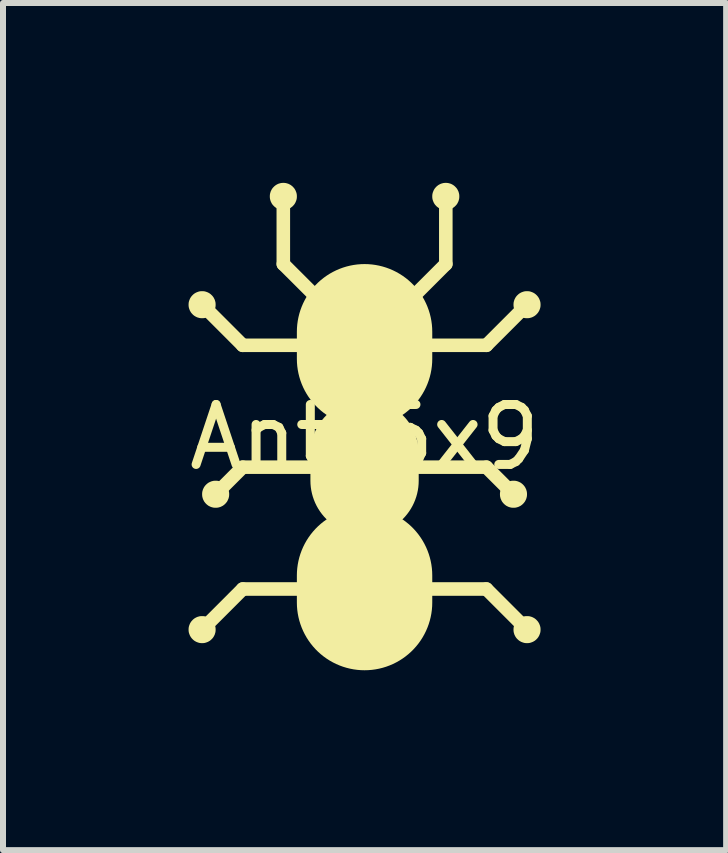
<source format=kicad_pcb>
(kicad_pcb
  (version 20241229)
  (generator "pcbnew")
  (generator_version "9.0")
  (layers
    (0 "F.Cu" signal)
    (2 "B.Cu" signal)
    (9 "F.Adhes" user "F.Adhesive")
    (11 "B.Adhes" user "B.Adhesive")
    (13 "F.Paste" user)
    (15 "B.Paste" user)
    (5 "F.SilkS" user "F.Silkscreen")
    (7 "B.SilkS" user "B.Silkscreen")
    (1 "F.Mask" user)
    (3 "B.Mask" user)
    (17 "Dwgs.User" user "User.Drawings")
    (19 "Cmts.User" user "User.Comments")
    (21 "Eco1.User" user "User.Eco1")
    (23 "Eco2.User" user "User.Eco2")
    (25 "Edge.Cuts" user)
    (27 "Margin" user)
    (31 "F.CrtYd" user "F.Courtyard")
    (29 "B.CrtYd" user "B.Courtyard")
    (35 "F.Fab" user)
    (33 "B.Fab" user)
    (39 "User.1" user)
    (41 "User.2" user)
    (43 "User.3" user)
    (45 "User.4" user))
  (footprint "Ant_6x9"
    (layer "F.Cu")
    (at 3.03 4.741)
    (property "Reference" "Ant_6x9" (at 0 -0.5 0) (unlocked yes) (layer "F.SilkS") (effects (font (size 1 1) (thickness 0.15))))
    (fp_line (start -2.709 -2.709) (end -2.032 -2.032) (stroke (width 0.226) (type solid)) (layer "F.SilkS"))
    (fp_line (start -2.709 2.709) (end -2.032 2.032) (stroke (width 0.226) (type solid)) (layer "F.SilkS"))
    (fp_line (start -2.484 0.452) (end -2.032 0) (stroke (width 0.226) (type solid)) (layer "F.SilkS"))
    (fp_line (start -2.032 -2.032) (end 0 -2.032) (stroke (width 0.226) (type solid)) (layer "F.SilkS"))
    (fp_line (start -2.032 0) (end 0 0) (stroke (width 0.226) (type solid)) (layer "F.SilkS"))
    (fp_line (start -2.032 2.032) (end 2.032 2.032) (stroke (width 0.226) (type solid)) (layer "F.SilkS"))
    (fp_line (start -1.355 -4.516) (end -1.355 -3.387) (stroke (width 0.226) (type solid)) (layer "F.SilkS"))
    (fp_line (start -1.355 -3.387) (end -0.564 -2.596) (stroke (width 0.226) (type solid)) (layer "F.SilkS"))
    (fp_line (start -0.564 -2.596) (end -0.452 -2.484) (stroke (width 0.226) (type solid)) (layer "F.SilkS"))
    (fp_line (start -0.452 -2.484) (end 0 -2.032) (stroke (width 0.226) (type solid)) (layer "F.SilkS"))
    (fp_line (start 0 -1.806) (end 0 -2.258) (stroke (width 2.258) (type solid)) (layer "F.SilkS"))
    (fp_line (start 0 0.226) (end 0 -0.226) (stroke (width 1.806) (type solid)) (layer "F.SilkS"))
    (fp_line (start 0 2.258) (end 0 1.806) (stroke (width 2.258) (type solid)) (layer "F.SilkS"))
    (fp_line (start 0.452 -2.484) (end 0 -2.032) (stroke (width 0.226) (type solid)) (layer "F.SilkS"))
    (fp_line (start 0.564 -2.596) (end 0.452 -2.484) (stroke (width 0.226) (type solid)) (layer "F.SilkS"))
    (fp_line (start 1.355 -4.516) (end 1.355 -3.387) (stroke (width 0.226) (type solid)) (layer "F.SilkS"))
    (fp_line (start 1.355 -3.387) (end 0.564 -2.596) (stroke (width 0.226) (type solid)) (layer "F.SilkS"))
    (fp_line (start 2.032 -2.032) (end 0 -2.032) (stroke (width 0.226) (type solid)) (layer "F.SilkS"))
    (fp_line (start 2.032 0) (end 0 0) (stroke (width 0.226) (type solid)) (layer "F.SilkS"))
    (fp_line (start 2.032 2.032) (end 2.709 2.709) (stroke (width 0.226) (type solid)) (layer "F.SilkS"))
    (fp_line (start 2.484 0.452) (end 2.032 0) (stroke (width 0.226) (type solid)) (layer "F.SilkS"))
    (fp_line (start 2.709 -2.709) (end 2.032 -2.032) (stroke (width 0.226) (type solid)) (layer "F.SilkS"))
    (fp_poly (pts (xy -2.709 -2.935) (xy -2.698 -2.935) (xy -2.686 -2.934) (xy -2.675 -2.933) (xy -2.664 -2.931) (xy -2.653 -2.928) (xy -2.642 -2.925) (xy -2.632 -2.921) (xy -2.621 -2.917) (xy -2.611 -2.913) (xy -2.602 -2.908) (xy -2.592 -2.902) (xy -2.583 -2.897) (xy -2.574 -2.89) (xy -2.566 -2.884) (xy -2.558 -2.876) (xy -2.55 -2.869) (xy -2.542 -2.861) (xy -2.535 -2.853) (xy -2.528 -2.844) (xy -2.522 -2.836) (xy -2.516 -2.826) (xy -2.511 -2.817) (xy -2.506 -2.807) (xy -2.501 -2.797) (xy -2.497 -2.787) (xy -2.494 -2.776) (xy -2.491 -2.766) (xy -2.488 -2.755) (xy -2.486 -2.744) (xy -2.485 -2.732) (xy -2.484 -2.721) (xy -2.484 -2.709) (xy -2.484 -2.698) (xy -2.485 -2.686) (xy -2.486 -2.675) (xy -2.488 -2.664) (xy -2.491 -2.653) (xy -2.494 -2.642) (xy -2.497 -2.632) (xy -2.501 -2.621) (xy -2.506 -2.611) (xy -2.511 -2.602) (xy -2.516 -2.592) (xy -2.522 -2.583) (xy -2.528 -2.574) (xy -2.535 -2.566) (xy -2.542 -2.558) (xy -2.55 -2.55) (xy -2.558 -2.542) (xy -2.566 -2.535) (xy -2.574 -2.528) (xy -2.583 -2.522) (xy -2.592 -2.516) (xy -2.602 -2.511) (xy -2.611 -2.506) (xy -2.621 -2.501) (xy -2.632 -2.497) (xy -2.642 -2.494) (xy -2.653 -2.491) (xy -2.664 -2.488) (xy -2.675 -2.486) (xy -2.686 -2.485) (xy -2.698 -2.484) (xy -2.709 -2.484) (xy -2.721 -2.484) (xy -2.732 -2.485) (xy -2.744 -2.486) (xy -2.755 -2.488) (xy -2.766 -2.491) (xy -2.776 -2.494) (xy -2.787 -2.497) (xy -2.797 -2.501) (xy -2.807 -2.506) (xy -2.817 -2.511) (xy -2.826 -2.516) (xy -2.836 -2.522) (xy -2.844 -2.528) (xy -2.853 -2.535) (xy -2.861 -2.542) (xy -2.869 -2.55) (xy -2.876 -2.558) (xy -2.884 -2.566) (xy -2.89 -2.574) (xy -2.897 -2.583) (xy -2.902 -2.592) (xy -2.908 -2.602) (xy -2.913 -2.611) (xy -2.917 -2.621) (xy -2.921 -2.632) (xy -2.925 -2.642) (xy -2.928 -2.653) (xy -2.931 -2.664) (xy -2.933 -2.675) (xy -2.934 -2.686) (xy -2.935 -2.698) (xy -2.935 -2.709) (xy -2.935 -2.721) (xy -2.934 -2.732) (xy -2.933 -2.744) (xy -2.931 -2.755) (xy -2.928 -2.766) (xy -2.925 -2.776) (xy -2.921 -2.787) (xy -2.917 -2.797) (xy -2.913 -2.807) (xy -2.908 -2.817) (xy -2.902 -2.826) (xy -2.897 -2.836) (xy -2.89 -2.844) (xy -2.884 -2.853) (xy -2.876 -2.861) (xy -2.869 -2.869) (xy -2.861 -2.876) (xy -2.853 -2.884) (xy -2.844 -2.89) (xy -2.836 -2.897) (xy -2.826 -2.902) (xy -2.817 -2.908) (xy -2.807 -2.913) (xy -2.797 -2.917) (xy -2.787 -2.921) (xy -2.776 -2.925) (xy -2.766 -2.928) (xy -2.755 -2.931) (xy -2.744 -2.933) (xy -2.732 -2.934) (xy -2.721 -2.935) (xy -2.709 -2.935)) (stroke (width 0) (type solid)) (fill yes) (layer "F.SilkS"))
    (fp_poly (pts (xy -2.709 -2.8) (xy -2.705 -2.8) (xy -2.7 -2.799) (xy -2.696 -2.799) (xy -2.691 -2.798) (xy -2.687 -2.797) (xy -2.682 -2.796) (xy -2.678 -2.794) (xy -2.674 -2.793) (xy -2.67 -2.791) (xy -2.666 -2.789) (xy -2.663 -2.787) (xy -2.659 -2.784) (xy -2.655 -2.782) (xy -2.652 -2.779) (xy -2.649 -2.776) (xy -2.645 -2.773) (xy -2.642 -2.77) (xy -2.64 -2.767) (xy -2.637 -2.763) (xy -2.634 -2.76) (xy -2.632 -2.756) (xy -2.63 -2.752) (xy -2.628 -2.748) (xy -2.626 -2.744) (xy -2.625 -2.74) (xy -2.623 -2.736) (xy -2.622 -2.732) (xy -2.621 -2.728) (xy -2.62 -2.723) (xy -2.619 -2.719) (xy -2.619 -2.714) (xy -2.619 -2.709) (xy -2.619 -2.705) (xy -2.619 -2.7) (xy -2.62 -2.696) (xy -2.621 -2.691) (xy -2.622 -2.687) (xy -2.623 -2.682) (xy -2.625 -2.678) (xy -2.626 -2.674) (xy -2.628 -2.67) (xy -2.63 -2.666) (xy -2.632 -2.663) (xy -2.634 -2.659) (xy -2.637 -2.655) (xy -2.64 -2.652) (xy -2.642 -2.649) (xy -2.645 -2.645) (xy -2.649 -2.642) (xy -2.652 -2.64) (xy -2.655 -2.637) (xy -2.659 -2.634) (xy -2.663 -2.632) (xy -2.666 -2.63) (xy -2.67 -2.628) (xy -2.674 -2.626) (xy -2.678 -2.625) (xy -2.682 -2.623) (xy -2.687 -2.622) (xy -2.691 -2.621) (xy -2.696 -2.62) (xy -2.7 -2.619) (xy -2.705 -2.619) (xy -2.709 -2.619) (xy -2.714 -2.619) (xy -2.719 -2.619) (xy -2.723 -2.62) (xy -2.728 -2.621) (xy -2.732 -2.622) (xy -2.736 -2.623) (xy -2.74 -2.625) (xy -2.744 -2.626) (xy -2.748 -2.628) (xy -2.752 -2.63) (xy -2.756 -2.632) (xy -2.76 -2.634) (xy -2.763 -2.637) (xy -2.767 -2.64) (xy -2.77 -2.642) (xy -2.773 -2.645) (xy -2.776 -2.649) (xy -2.779 -2.652) (xy -2.782 -2.655) (xy -2.784 -2.659) (xy -2.787 -2.663) (xy -2.789 -2.666) (xy -2.791 -2.67) (xy -2.793 -2.674) (xy -2.794 -2.678) (xy -2.796 -2.682) (xy -2.797 -2.687) (xy -2.798 -2.691) (xy -2.799 -2.696) (xy -2.799 -2.7) (xy -2.8 -2.705) (xy -2.8 -2.709) (xy -2.8 -2.714) (xy -2.799 -2.719) (xy -2.799 -2.723) (xy -2.798 -2.728) (xy -2.797 -2.732) (xy -2.796 -2.736) (xy -2.794 -2.74) (xy -2.793 -2.744) (xy -2.791 -2.748) (xy -2.789 -2.752) (xy -2.787 -2.756) (xy -2.784 -2.76) (xy -2.782 -2.763) (xy -2.779 -2.767) (xy -2.776 -2.77) (xy -2.773 -2.773) (xy -2.77 -2.776) (xy -2.767 -2.779) (xy -2.763 -2.782) (xy -2.76 -2.784) (xy -2.756 -2.787) (xy -2.752 -2.789) (xy -2.748 -2.791) (xy -2.744 -2.793) (xy -2.74 -2.794) (xy -2.736 -2.796) (xy -2.732 -2.797) (xy -2.728 -2.798) (xy -2.723 -2.799) (xy -2.719 -2.799) (xy -2.714 -2.8) (xy -2.709 -2.8)) (stroke (width 0) (type solid)) (fill yes) (layer "F.SilkS"))
    (fp_poly (pts (xy -2.709 2.484) (xy -2.698 2.484) (xy -2.686 2.485) (xy -2.675 2.486) (xy -2.664 2.488) (xy -2.653 2.491) (xy -2.642 2.494) (xy -2.632 2.497) (xy -2.621 2.501) (xy -2.611 2.506) (xy -2.602 2.511) (xy -2.592 2.516) (xy -2.583 2.522) (xy -2.574 2.528) (xy -2.566 2.535) (xy -2.558 2.542) (xy -2.55 2.55) (xy -2.542 2.558) (xy -2.535 2.566) (xy -2.528 2.574) (xy -2.522 2.583) (xy -2.516 2.592) (xy -2.511 2.602) (xy -2.506 2.611) (xy -2.501 2.621) (xy -2.497 2.632) (xy -2.494 2.642) (xy -2.491 2.653) (xy -2.488 2.664) (xy -2.486 2.675) (xy -2.485 2.686) (xy -2.484 2.698) (xy -2.484 2.709) (xy -2.484 2.721) (xy -2.485 2.732) (xy -2.486 2.744) (xy -2.488 2.755) (xy -2.491 2.766) (xy -2.494 2.776) (xy -2.497 2.787) (xy -2.501 2.797) (xy -2.506 2.807) (xy -2.511 2.817) (xy -2.516 2.826) (xy -2.522 2.836) (xy -2.528 2.844) (xy -2.535 2.853) (xy -2.542 2.861) (xy -2.55 2.869) (xy -2.558 2.876) (xy -2.566 2.884) (xy -2.574 2.89) (xy -2.583 2.897) (xy -2.592 2.902) (xy -2.602 2.908) (xy -2.611 2.913) (xy -2.621 2.917) (xy -2.632 2.921) (xy -2.642 2.925) (xy -2.653 2.928) (xy -2.664 2.931) (xy -2.675 2.933) (xy -2.686 2.934) (xy -2.698 2.935) (xy -2.709 2.935) (xy -2.721 2.935) (xy -2.732 2.934) (xy -2.744 2.933) (xy -2.755 2.931) (xy -2.766 2.928) (xy -2.776 2.925) (xy -2.787 2.921) (xy -2.797 2.917) (xy -2.807 2.913) (xy -2.817 2.908) (xy -2.826 2.902) (xy -2.836 2.897) (xy -2.844 2.89) (xy -2.853 2.884) (xy -2.861 2.876) (xy -2.869 2.869) (xy -2.876 2.861) (xy -2.884 2.853) (xy -2.89 2.844) (xy -2.897 2.836) (xy -2.902 2.826) (xy -2.908 2.817) (xy -2.913 2.807) (xy -2.917 2.797) (xy -2.921 2.787) (xy -2.925 2.776) (xy -2.928 2.766) (xy -2.931 2.755) (xy -2.933 2.744) (xy -2.934 2.732) (xy -2.935 2.721) (xy -2.935 2.709) (xy -2.935 2.698) (xy -2.934 2.686) (xy -2.933 2.675) (xy -2.931 2.664) (xy -2.928 2.653) (xy -2.925 2.642) (xy -2.921 2.632) (xy -2.917 2.621) (xy -2.913 2.611) (xy -2.908 2.602) (xy -2.902 2.592) (xy -2.897 2.583) (xy -2.89 2.574) (xy -2.884 2.566) (xy -2.876 2.558) (xy -2.869 2.55) (xy -2.861 2.542) (xy -2.853 2.535) (xy -2.844 2.528) (xy -2.836 2.522) (xy -2.826 2.516) (xy -2.817 2.511) (xy -2.807 2.506) (xy -2.797 2.501) (xy -2.787 2.497) (xy -2.776 2.494) (xy -2.766 2.491) (xy -2.755 2.488) (xy -2.744 2.486) (xy -2.732 2.485) (xy -2.721 2.484) (xy -2.709 2.484)) (stroke (width 0) (type solid)) (fill yes) (layer "F.SilkS"))
    (fp_poly (pts (xy -2.709 2.619) (xy -2.705 2.619) (xy -2.7 2.619) (xy -2.696 2.62) (xy -2.691 2.621) (xy -2.687 2.622) (xy -2.682 2.623) (xy -2.678 2.625) (xy -2.674 2.626) (xy -2.67 2.628) (xy -2.666 2.63) (xy -2.663 2.632) (xy -2.659 2.634) (xy -2.655 2.637) (xy -2.652 2.64) (xy -2.649 2.642) (xy -2.645 2.645) (xy -2.642 2.649) (xy -2.64 2.652) (xy -2.637 2.655) (xy -2.634 2.659) (xy -2.632 2.663) (xy -2.63 2.666) (xy -2.628 2.67) (xy -2.626 2.674) (xy -2.625 2.678) (xy -2.623 2.682) (xy -2.622 2.687) (xy -2.621 2.691) (xy -2.62 2.696) (xy -2.619 2.7) (xy -2.619 2.705) (xy -2.619 2.709) (xy -2.619 2.714) (xy -2.619 2.719) (xy -2.62 2.723) (xy -2.621 2.728) (xy -2.622 2.732) (xy -2.623 2.736) (xy -2.625 2.74) (xy -2.626 2.744) (xy -2.628 2.748) (xy -2.63 2.752) (xy -2.632 2.756) (xy -2.634 2.76) (xy -2.637 2.763) (xy -2.64 2.767) (xy -2.642 2.77) (xy -2.645 2.773) (xy -2.649 2.776) (xy -2.652 2.779) (xy -2.655 2.782) (xy -2.659 2.784) (xy -2.663 2.787) (xy -2.666 2.789) (xy -2.67 2.791) (xy -2.674 2.793) (xy -2.678 2.794) (xy -2.682 2.796) (xy -2.687 2.797) (xy -2.691 2.798) (xy -2.696 2.799) (xy -2.7 2.799) (xy -2.705 2.8) (xy -2.709 2.8) (xy -2.714 2.8) (xy -2.719 2.799) (xy -2.723 2.799) (xy -2.728 2.798) (xy -2.732 2.797) (xy -2.736 2.796) (xy -2.74 2.794) (xy -2.744 2.793) (xy -2.748 2.791) (xy -2.752 2.789) (xy -2.756 2.787) (xy -2.76 2.784) (xy -2.763 2.782) (xy -2.767 2.779) (xy -2.77 2.776) (xy -2.773 2.773) (xy -2.776 2.77) (xy -2.779 2.767) (xy -2.782 2.763) (xy -2.784 2.76) (xy -2.787 2.756) (xy -2.789 2.752) (xy -2.791 2.748) (xy -2.793 2.744) (xy -2.794 2.74) (xy -2.796 2.736) (xy -2.797 2.732) (xy -2.798 2.728) (xy -2.799 2.723) (xy -2.799 2.719) (xy -2.8 2.714) (xy -2.8 2.709) (xy -2.8 2.705) (xy -2.799 2.7) (xy -2.799 2.696) (xy -2.798 2.691) (xy -2.797 2.687) (xy -2.796 2.682) (xy -2.794 2.678) (xy -2.793 2.674) (xy -2.791 2.67) (xy -2.789 2.666) (xy -2.787 2.663) (xy -2.784 2.659) (xy -2.782 2.655) (xy -2.779 2.652) (xy -2.776 2.649) (xy -2.773 2.645) (xy -2.77 2.642) (xy -2.767 2.64) (xy -2.763 2.637) (xy -2.76 2.634) (xy -2.756 2.632) (xy -2.752 2.63) (xy -2.748 2.628) (xy -2.744 2.626) (xy -2.74 2.625) (xy -2.736 2.623) (xy -2.732 2.622) (xy -2.728 2.621) (xy -2.723 2.62) (xy -2.719 2.619) (xy -2.714 2.619) (xy -2.709 2.619)) (stroke (width 0) (type solid)) (fill yes) (layer "F.SilkS"))
    (fp_poly (pts (xy -2.484 0.226) (xy -2.472 0.226) (xy -2.46 0.227) (xy -2.449 0.228) (xy -2.438 0.23) (xy -2.427 0.233) (xy -2.416 0.236) (xy -2.406 0.239) (xy -2.396 0.244) (xy -2.386 0.248) (xy -2.376 0.253) (xy -2.366 0.258) (xy -2.357 0.264) (xy -2.348 0.271) (xy -2.34 0.277) (xy -2.332 0.284) (xy -2.324 0.292) (xy -2.316 0.3) (xy -2.309 0.308) (xy -2.303 0.316) (xy -2.296 0.325) (xy -2.29 0.334) (xy -2.285 0.344) (xy -2.28 0.354) (xy -2.276 0.364) (xy -2.271 0.374) (xy -2.268 0.384) (xy -2.265 0.395) (xy -2.262 0.406) (xy -2.26 0.417) (xy -2.259 0.428) (xy -2.258 0.44) (xy -2.258 0.452) (xy -2.258 0.463) (xy -2.259 0.475) (xy -2.26 0.486) (xy -2.262 0.497) (xy -2.265 0.508) (xy -2.268 0.519) (xy -2.271 0.529) (xy -2.276 0.539) (xy -2.28 0.549) (xy -2.285 0.559) (xy -2.29 0.569) (xy -2.296 0.578) (xy -2.303 0.587) (xy -2.309 0.595) (xy -2.316 0.603) (xy -2.324 0.611) (xy -2.332 0.619) (xy -2.34 0.626) (xy -2.348 0.632) (xy -2.357 0.639) (xy -2.366 0.645) (xy -2.376 0.65) (xy -2.386 0.655) (xy -2.396 0.66) (xy -2.406 0.664) (xy -2.416 0.667) (xy -2.427 0.67) (xy -2.438 0.673) (xy -2.449 0.675) (xy -2.46 0.676) (xy -2.472 0.677) (xy -2.484 0.677) (xy -2.495 0.677) (xy -2.507 0.676) (xy -2.518 0.675) (xy -2.529 0.673) (xy -2.54 0.67) (xy -2.551 0.667) (xy -2.561 0.664) (xy -2.571 0.66) (xy -2.581 0.655) (xy -2.591 0.65) (xy -2.601 0.645) (xy -2.61 0.639) (xy -2.619 0.632) (xy -2.627 0.626) (xy -2.635 0.619) (xy -2.643 0.611) (xy -2.651 0.603) (xy -2.658 0.595) (xy -2.664 0.587) (xy -2.671 0.578) (xy -2.677 0.569) (xy -2.682 0.559) (xy -2.687 0.549) (xy -2.692 0.539) (xy -2.696 0.529) (xy -2.699 0.519) (xy -2.702 0.508) (xy -2.705 0.497) (xy -2.707 0.486) (xy -2.708 0.475) (xy -2.709 0.463) (xy -2.709 0.452) (xy -2.709 0.44) (xy -2.708 0.428) (xy -2.707 0.417) (xy -2.705 0.406) (xy -2.702 0.395) (xy -2.699 0.384) (xy -2.696 0.374) (xy -2.692 0.364) (xy -2.687 0.354) (xy -2.682 0.344) (xy -2.677 0.334) (xy -2.671 0.325) (xy -2.664 0.316) (xy -2.658 0.308) (xy -2.651 0.3) (xy -2.643 0.292) (xy -2.635 0.284) (xy -2.627 0.277) (xy -2.619 0.271) (xy -2.61 0.264) (xy -2.601 0.258) (xy -2.591 0.253) (xy -2.581 0.248) (xy -2.571 0.244) (xy -2.561 0.239) (xy -2.551 0.236) (xy -2.54 0.233) (xy -2.529 0.23) (xy -2.518 0.228) (xy -2.507 0.227) (xy -2.495 0.226) (xy -2.484 0.226)) (stroke (width 0) (type solid)) (fill yes) (layer "F.SilkS"))
    (fp_poly (pts (xy -2.484 0.361) (xy -2.479 0.361) (xy -2.474 0.362) (xy -2.47 0.362) (xy -2.465 0.363) (xy -2.461 0.364) (xy -2.457 0.365) (xy -2.453 0.367) (xy -2.448 0.368) (xy -2.444 0.37) (xy -2.441 0.372) (xy -2.437 0.374) (xy -2.433 0.377) (xy -2.43 0.379) (xy -2.426 0.382) (xy -2.423 0.385) (xy -2.42 0.388) (xy -2.417 0.391) (xy -2.414 0.394) (xy -2.411 0.398) (xy -2.409 0.401) (xy -2.406 0.405) (xy -2.404 0.409) (xy -2.402 0.412) (xy -2.4 0.416) (xy -2.399 0.421) (xy -2.397 0.425) (xy -2.396 0.429) (xy -2.395 0.433) (xy -2.394 0.438) (xy -2.394 0.442) (xy -2.393 0.447) (xy -2.393 0.452) (xy -2.393 0.456) (xy -2.394 0.461) (xy -2.394 0.465) (xy -2.395 0.47) (xy -2.396 0.474) (xy -2.397 0.478) (xy -2.399 0.483) (xy -2.4 0.487) (xy -2.402 0.491) (xy -2.404 0.495) (xy -2.406 0.498) (xy -2.409 0.502) (xy -2.411 0.506) (xy -2.414 0.509) (xy -2.417 0.512) (xy -2.42 0.515) (xy -2.423 0.518) (xy -2.426 0.521) (xy -2.43 0.524) (xy -2.433 0.526) (xy -2.437 0.529) (xy -2.441 0.531) (xy -2.444 0.533) (xy -2.448 0.535) (xy -2.453 0.536) (xy -2.457 0.538) (xy -2.461 0.539) (xy -2.465 0.54) (xy -2.47 0.541) (xy -2.474 0.541) (xy -2.479 0.542) (xy -2.484 0.542) (xy -2.488 0.542) (xy -2.493 0.541) (xy -2.497 0.541) (xy -2.502 0.54) (xy -2.506 0.539) (xy -2.51 0.538) (xy -2.515 0.536) (xy -2.519 0.535) (xy -2.523 0.533) (xy -2.527 0.531) (xy -2.53 0.529) (xy -2.534 0.526) (xy -2.538 0.524) (xy -2.541 0.521) (xy -2.544 0.518) (xy -2.547 0.515) (xy -2.55 0.512) (xy -2.553 0.509) (xy -2.556 0.506) (xy -2.558 0.502) (xy -2.561 0.498) (xy -2.563 0.495) (xy -2.565 0.491) (xy -2.567 0.487) (xy -2.568 0.483) (xy -2.57 0.478) (xy -2.571 0.474) (xy -2.572 0.47) (xy -2.573 0.465) (xy -2.573 0.461) (xy -2.574 0.456) (xy -2.574 0.452) (xy -2.574 0.447) (xy -2.573 0.442) (xy -2.573 0.438) (xy -2.572 0.433) (xy -2.571 0.429) (xy -2.57 0.425) (xy -2.568 0.421) (xy -2.567 0.416) (xy -2.565 0.412) (xy -2.563 0.409) (xy -2.561 0.405) (xy -2.558 0.401) (xy -2.556 0.398) (xy -2.553 0.394) (xy -2.55 0.391) (xy -2.547 0.388) (xy -2.544 0.385) (xy -2.541 0.382) (xy -2.538 0.379) (xy -2.534 0.377) (xy -2.53 0.374) (xy -2.527 0.372) (xy -2.523 0.37) (xy -2.519 0.368) (xy -2.515 0.367) (xy -2.51 0.365) (xy -2.506 0.364) (xy -2.502 0.363) (xy -2.497 0.362) (xy -2.493 0.362) (xy -2.488 0.361) (xy -2.484 0.361)) (stroke (width 0) (type solid)) (fill yes) (layer "F.SilkS"))
    (fp_poly (pts (xy -1.355 -4.741) (xy -1.343 -4.741) (xy -1.332 -4.74) (xy -1.32 -4.739) (xy -1.309 -4.737) (xy -1.298 -4.734) (xy -1.288 -4.731) (xy -1.277 -4.728) (xy -1.267 -4.724) (xy -1.257 -4.719) (xy -1.247 -4.714) (xy -1.238 -4.709) (xy -1.228 -4.703) (xy -1.22 -4.696) (xy -1.211 -4.69) (xy -1.203 -4.683) (xy -1.195 -4.675) (xy -1.188 -4.667) (xy -1.18 -4.659) (xy -1.174 -4.651) (xy -1.167 -4.642) (xy -1.162 -4.633) (xy -1.156 -4.623) (xy -1.151 -4.613) (xy -1.147 -4.603) (xy -1.143 -4.593) (xy -1.139 -4.583) (xy -1.136 -4.572) (xy -1.133 -4.561) (xy -1.131 -4.55) (xy -1.13 -4.539) (xy -1.129 -4.527) (xy -1.129 -4.516) (xy -1.129 -4.504) (xy -1.13 -4.492) (xy -1.131 -4.481) (xy -1.133 -4.47) (xy -1.136 -4.459) (xy -1.139 -4.448) (xy -1.143 -4.438) (xy -1.147 -4.428) (xy -1.151 -4.418) (xy -1.156 -4.408) (xy -1.162 -4.398) (xy -1.167 -4.389) (xy -1.174 -4.38) (xy -1.18 -4.372) (xy -1.188 -4.364) (xy -1.195 -4.356) (xy -1.203 -4.348) (xy -1.211 -4.341) (xy -1.22 -4.335) (xy -1.228 -4.328) (xy -1.238 -4.322) (xy -1.247 -4.317) (xy -1.257 -4.312) (xy -1.267 -4.308) (xy -1.277 -4.303) (xy -1.288 -4.3) (xy -1.298 -4.297) (xy -1.309 -4.294) (xy -1.32 -4.292) (xy -1.332 -4.291) (xy -1.343 -4.29) (xy -1.355 -4.29) (xy -1.366 -4.29) (xy -1.378 -4.291) (xy -1.389 -4.292) (xy -1.4 -4.294) (xy -1.411 -4.297) (xy -1.422 -4.3) (xy -1.432 -4.303) (xy -1.443 -4.308) (xy -1.453 -4.312) (xy -1.462 -4.317) (xy -1.472 -4.322) (xy -1.481 -4.328) (xy -1.49 -4.335) (xy -1.498 -4.341) (xy -1.506 -4.348) (xy -1.514 -4.356) (xy -1.522 -4.364) (xy -1.529 -4.372) (xy -1.536 -4.38) (xy -1.542 -4.389) (xy -1.548 -4.398) (xy -1.553 -4.408) (xy -1.558 -4.418) (xy -1.563 -4.428) (xy -1.567 -4.438) (xy -1.57 -4.448) (xy -1.573 -4.459) (xy -1.576 -4.47) (xy -1.578 -4.481) (xy -1.579 -4.492) (xy -1.58 -4.504) (xy -1.58 -4.516) (xy -1.58 -4.527) (xy -1.579 -4.539) (xy -1.578 -4.55) (xy -1.576 -4.561) (xy -1.573 -4.572) (xy -1.57 -4.583) (xy -1.567 -4.593) (xy -1.563 -4.603) (xy -1.558 -4.613) (xy -1.553 -4.623) (xy -1.548 -4.633) (xy -1.542 -4.642) (xy -1.536 -4.651) (xy -1.529 -4.659) (xy -1.522 -4.667) (xy -1.514 -4.675) (xy -1.506 -4.683) (xy -1.498 -4.69) (xy -1.49 -4.696) (xy -1.481 -4.703) (xy -1.472 -4.709) (xy -1.462 -4.714) (xy -1.453 -4.719) (xy -1.443 -4.724) (xy -1.432 -4.728) (xy -1.422 -4.731) (xy -1.411 -4.734) (xy -1.4 -4.737) (xy -1.389 -4.739) (xy -1.378 -4.74) (xy -1.366 -4.741) (xy -1.355 -4.741)) (stroke (width 0) (type solid)) (fill yes) (layer "F.SilkS"))
    (fp_poly (pts (xy -1.355 -4.606) (xy -1.35 -4.606) (xy -1.345 -4.605) (xy -1.341 -4.605) (xy -1.336 -4.604) (xy -1.332 -4.603) (xy -1.328 -4.602) (xy -1.324 -4.6) (xy -1.32 -4.599) (xy -1.316 -4.597) (xy -1.312 -4.595) (xy -1.308 -4.593) (xy -1.304 -4.59) (xy -1.301 -4.588) (xy -1.297 -4.585) (xy -1.294 -4.582) (xy -1.291 -4.579) (xy -1.288 -4.576) (xy -1.285 -4.573) (xy -1.282 -4.57) (xy -1.28 -4.566) (xy -1.277 -4.562) (xy -1.275 -4.559) (xy -1.273 -4.555) (xy -1.271 -4.551) (xy -1.27 -4.547) (xy -1.268 -4.542) (xy -1.267 -4.538) (xy -1.266 -4.534) (xy -1.265 -4.529) (xy -1.265 -4.525) (xy -1.264 -4.52) (xy -1.264 -4.516) (xy -1.264 -4.511) (xy -1.265 -4.506) (xy -1.265 -4.502) (xy -1.266 -4.497) (xy -1.267 -4.493) (xy -1.268 -4.489) (xy -1.27 -4.485) (xy -1.271 -4.48) (xy -1.273 -4.476) (xy -1.275 -4.473) (xy -1.277 -4.469) (xy -1.28 -4.465) (xy -1.282 -4.462) (xy -1.285 -4.458) (xy -1.288 -4.455) (xy -1.291 -4.452) (xy -1.294 -4.449) (xy -1.297 -4.446) (xy -1.301 -4.443) (xy -1.304 -4.441) (xy -1.308 -4.438) (xy -1.312 -4.436) (xy -1.316 -4.434) (xy -1.32 -4.432) (xy -1.324 -4.431) (xy -1.328 -4.429) (xy -1.332 -4.428) (xy -1.336 -4.427) (xy -1.341 -4.426) (xy -1.345 -4.426) (xy -1.35 -4.425) (xy -1.355 -4.425) (xy -1.359 -4.425) (xy -1.364 -4.426) (xy -1.368 -4.426) (xy -1.373 -4.427) (xy -1.377 -4.428) (xy -1.382 -4.429) (xy -1.386 -4.431) (xy -1.39 -4.432) (xy -1.394 -4.434) (xy -1.398 -4.436) (xy -1.401 -4.438) (xy -1.405 -4.441) (xy -1.409 -4.443) (xy -1.412 -4.446) (xy -1.415 -4.449) (xy -1.419 -4.452) (xy -1.422 -4.455) (xy -1.424 -4.458) (xy -1.427 -4.462) (xy -1.43 -4.465) (xy -1.432 -4.469) (xy -1.434 -4.473) (xy -1.436 -4.476) (xy -1.438 -4.48) (xy -1.44 -4.485) (xy -1.441 -4.489) (xy -1.442 -4.493) (xy -1.443 -4.497) (xy -1.444 -4.502) (xy -1.445 -4.506) (xy -1.445 -4.511) (xy -1.445 -4.516) (xy -1.445 -4.52) (xy -1.445 -4.525) (xy -1.444 -4.529) (xy -1.443 -4.534) (xy -1.442 -4.538) (xy -1.441 -4.542) (xy -1.44 -4.547) (xy -1.438 -4.551) (xy -1.436 -4.555) (xy -1.434 -4.559) (xy -1.432 -4.562) (xy -1.43 -4.566) (xy -1.427 -4.57) (xy -1.424 -4.573) (xy -1.422 -4.576) (xy -1.419 -4.579) (xy -1.415 -4.582) (xy -1.412 -4.585) (xy -1.409 -4.588) (xy -1.405 -4.59) (xy -1.401 -4.593) (xy -1.398 -4.595) (xy -1.394 -4.597) (xy -1.39 -4.599) (xy -1.386 -4.6) (xy -1.382 -4.602) (xy -1.377 -4.603) (xy -1.373 -4.604) (xy -1.368 -4.605) (xy -1.364 -4.605) (xy -1.359 -4.606) (xy -1.355 -4.606)) (stroke (width 0) (type solid)) (fill yes) (layer "F.SilkS"))
    (fp_poly (pts (xy -0.452 -2.664) (xy -0.442 -2.664) (xy -0.433 -2.663) (xy -0.424 -2.662) (xy -0.415 -2.661) (xy -0.406 -2.658) (xy -0.398 -2.656) (xy -0.389 -2.653) (xy -0.381 -2.65) (xy -0.373 -2.646) (xy -0.365 -2.642) (xy -0.358 -2.638) (xy -0.351 -2.633) (xy -0.343 -2.628) (xy -0.337 -2.623) (xy -0.33 -2.617) (xy -0.324 -2.611) (xy -0.318 -2.605) (xy -0.312 -2.598) (xy -0.307 -2.592) (xy -0.302 -2.585) (xy -0.297 -2.577) (xy -0.293 -2.57) (xy -0.289 -2.562) (xy -0.285 -2.554) (xy -0.282 -2.546) (xy -0.279 -2.537) (xy -0.277 -2.529) (xy -0.275 -2.52) (xy -0.273 -2.511) (xy -0.272 -2.502) (xy -0.271 -2.493) (xy -0.271 -2.484) (xy -0.271 -2.474) (xy -0.272 -2.465) (xy -0.273 -2.456) (xy -0.275 -2.447) (xy -0.277 -2.438) (xy -0.279 -2.43) (xy -0.282 -2.421) (xy -0.285 -2.413) (xy -0.289 -2.405) (xy -0.293 -2.397) (xy -0.297 -2.39) (xy -0.302 -2.383) (xy -0.307 -2.375) (xy -0.312 -2.369) (xy -0.318 -2.362) (xy -0.324 -2.356) (xy -0.33 -2.35) (xy -0.337 -2.344) (xy -0.343 -2.339) (xy -0.351 -2.334) (xy -0.358 -2.329) (xy -0.365 -2.325) (xy -0.373 -2.321) (xy -0.381 -2.317) (xy -0.389 -2.314) (xy -0.398 -2.311) (xy -0.406 -2.309) (xy -0.415 -2.307) (xy -0.424 -2.305) (xy -0.433 -2.304) (xy -0.442 -2.303) (xy -0.452 -2.303) (xy -0.461 -2.303) (xy -0.47 -2.304) (xy -0.479 -2.305) (xy -0.488 -2.307) (xy -0.497 -2.309) (xy -0.505 -2.311) (xy -0.514 -2.314) (xy -0.522 -2.317) (xy -0.53 -2.321) (xy -0.538 -2.325) (xy -0.545 -2.329) (xy -0.553 -2.334) (xy -0.56 -2.339) (xy -0.566 -2.344) (xy -0.573 -2.35) (xy -0.579 -2.356) (xy -0.585 -2.362) (xy -0.591 -2.369) (xy -0.596 -2.375) (xy -0.601 -2.383) (xy -0.606 -2.39) (xy -0.61 -2.397) (xy -0.614 -2.405) (xy -0.618 -2.413) (xy -0.621 -2.421) (xy -0.624 -2.43) (xy -0.626 -2.438) (xy -0.629 -2.447) (xy -0.63 -2.456) (xy -0.631 -2.465) (xy -0.632 -2.474) (xy -0.632 -2.484) (xy -0.632 -2.493) (xy -0.631 -2.502) (xy -0.63 -2.511) (xy -0.629 -2.52) (xy -0.626 -2.529) (xy -0.624 -2.537) (xy -0.621 -2.546) (xy -0.618 -2.554) (xy -0.614 -2.562) (xy -0.61 -2.57) (xy -0.606 -2.577) (xy -0.601 -2.585) (xy -0.596 -2.592) (xy -0.591 -2.598) (xy -0.585 -2.605) (xy -0.579 -2.611) (xy -0.573 -2.617) (xy -0.566 -2.623) (xy -0.56 -2.628) (xy -0.553 -2.633) (xy -0.545 -2.638) (xy -0.538 -2.642) (xy -0.53 -2.646) (xy -0.522 -2.65) (xy -0.514 -2.653) (xy -0.505 -2.656) (xy -0.497 -2.658) (xy -0.488 -2.661) (xy -0.479 -2.662) (xy -0.47 -2.663) (xy -0.461 -2.664) (xy -0.452 -2.664)) (stroke (width 0) (type solid)) (fill yes) (layer "F.SilkS"))
    (fp_poly (pts (xy -0.452 -2.619) (xy -0.445 -2.619) (xy -0.438 -2.618) (xy -0.431 -2.617) (xy -0.424 -2.616) (xy -0.418 -2.615) (xy -0.411 -2.613) (xy -0.405 -2.611) (xy -0.399 -2.608) (xy -0.393 -2.606) (xy -0.387 -2.603) (xy -0.381 -2.599) (xy -0.376 -2.596) (xy -0.371 -2.592) (xy -0.365 -2.588) (xy -0.36 -2.584) (xy -0.356 -2.579) (xy -0.351 -2.575) (xy -0.347 -2.57) (xy -0.343 -2.565) (xy -0.339 -2.559) (xy -0.336 -2.554) (xy -0.332 -2.548) (xy -0.329 -2.542) (xy -0.327 -2.536) (xy -0.324 -2.53) (xy -0.322 -2.524) (xy -0.32 -2.517) (xy -0.319 -2.511) (xy -0.318 -2.504) (xy -0.317 -2.497) (xy -0.316 -2.491) (xy -0.316 -2.484) (xy -0.316 -2.477) (xy -0.317 -2.47) (xy -0.318 -2.463) (xy -0.319 -2.456) (xy -0.32 -2.45) (xy -0.322 -2.443) (xy -0.324 -2.437) (xy -0.327 -2.431) (xy -0.329 -2.425) (xy -0.332 -2.419) (xy -0.336 -2.413) (xy -0.339 -2.408) (xy -0.343 -2.403) (xy -0.347 -2.397) (xy -0.351 -2.392) (xy -0.356 -2.388) (xy -0.36 -2.383) (xy -0.365 -2.379) (xy -0.371 -2.375) (xy -0.376 -2.371) (xy -0.381 -2.368) (xy -0.387 -2.364) (xy -0.393 -2.361) (xy -0.399 -2.359) (xy -0.405 -2.356) (xy -0.411 -2.354) (xy -0.418 -2.352) (xy -0.424 -2.351) (xy -0.431 -2.35) (xy -0.438 -2.349) (xy -0.445 -2.348) (xy -0.452 -2.348) (xy -0.459 -2.348) (xy -0.465 -2.349) (xy -0.472 -2.35) (xy -0.479 -2.351) (xy -0.485 -2.352) (xy -0.492 -2.354) (xy -0.498 -2.356) (xy -0.504 -2.359) (xy -0.51 -2.361) (xy -0.516 -2.364) (xy -0.522 -2.368) (xy -0.527 -2.371) (xy -0.533 -2.375) (xy -0.538 -2.379) (xy -0.543 -2.383) (xy -0.547 -2.388) (xy -0.552 -2.392) (xy -0.556 -2.397) (xy -0.56 -2.403) (xy -0.564 -2.408) (xy -0.567 -2.413) (xy -0.571 -2.419) (xy -0.574 -2.425) (xy -0.576 -2.431) (xy -0.579 -2.437) (xy -0.581 -2.443) (xy -0.583 -2.45) (xy -0.584 -2.456) (xy -0.585 -2.463) (xy -0.586 -2.47) (xy -0.587 -2.477) (xy -0.587 -2.484) (xy -0.587 -2.491) (xy -0.586 -2.497) (xy -0.585 -2.504) (xy -0.584 -2.511) (xy -0.583 -2.517) (xy -0.581 -2.524) (xy -0.579 -2.53) (xy -0.576 -2.536) (xy -0.574 -2.542) (xy -0.571 -2.548) (xy -0.567 -2.554) (xy -0.564 -2.559) (xy -0.56 -2.565) (xy -0.556 -2.57) (xy -0.552 -2.575) (xy -0.547 -2.579) (xy -0.543 -2.584) (xy -0.538 -2.588) (xy -0.533 -2.592) (xy -0.527 -2.596) (xy -0.522 -2.599) (xy -0.516 -2.603) (xy -0.51 -2.606) (xy -0.504 -2.608) (xy -0.498 -2.611) (xy -0.492 -2.613) (xy -0.485 -2.615) (xy -0.479 -2.616) (xy -0.472 -2.617) (xy -0.465 -2.618) (xy -0.459 -2.619) (xy -0.452 -2.619)) (stroke (width 0) (type solid)) (fill yes) (layer "F.SilkS"))
    (fp_poly (pts (xy 0.452 -2.664) (xy 0.461 -2.664) (xy 0.47 -2.663) (xy 0.479 -2.662) (xy 0.488 -2.661) (xy 0.497 -2.658) (xy 0.505 -2.656) (xy 0.514 -2.653) (xy 0.522 -2.65) (xy 0.53 -2.646) (xy 0.538 -2.642) (xy 0.545 -2.638) (xy 0.553 -2.633) (xy 0.56 -2.628) (xy 0.566 -2.623) (xy 0.573 -2.617) (xy 0.579 -2.611) (xy 0.585 -2.605) (xy 0.591 -2.598) (xy 0.596 -2.592) (xy 0.601 -2.585) (xy 0.606 -2.577) (xy 0.61 -2.57) (xy 0.614 -2.562) (xy 0.618 -2.554) (xy 0.621 -2.546) (xy 0.624 -2.537) (xy 0.626 -2.529) (xy 0.629 -2.52) (xy 0.63 -2.511) (xy 0.631 -2.502) (xy 0.632 -2.493) (xy 0.632 -2.484) (xy 0.632 -2.474) (xy 0.631 -2.465) (xy 0.63 -2.456) (xy 0.629 -2.447) (xy 0.626 -2.438) (xy 0.624 -2.43) (xy 0.621 -2.421) (xy 0.618 -2.413) (xy 0.614 -2.405) (xy 0.61 -2.397) (xy 0.606 -2.39) (xy 0.601 -2.383) (xy 0.596 -2.375) (xy 0.591 -2.369) (xy 0.585 -2.362) (xy 0.579 -2.356) (xy 0.573 -2.35) (xy 0.566 -2.344) (xy 0.56 -2.339) (xy 0.553 -2.334) (xy 0.545 -2.329) (xy 0.538 -2.325) (xy 0.53 -2.321) (xy 0.522 -2.317) (xy 0.514 -2.314) (xy 0.505 -2.311) (xy 0.497 -2.309) (xy 0.488 -2.307) (xy 0.479 -2.305) (xy 0.47 -2.304) (xy 0.461 -2.303) (xy 0.452 -2.303) (xy 0.442 -2.303) (xy 0.433 -2.304) (xy 0.424 -2.305) (xy 0.415 -2.307) (xy 0.406 -2.309) (xy 0.398 -2.311) (xy 0.389 -2.314) (xy 0.381 -2.317) (xy 0.373 -2.321) (xy 0.365 -2.325) (xy 0.358 -2.329) (xy 0.351 -2.334) (xy 0.343 -2.339) (xy 0.337 -2.344) (xy 0.33 -2.35) (xy 0.324 -2.356) (xy 0.318 -2.362) (xy 0.312 -2.369) (xy 0.307 -2.375) (xy 0.302 -2.383) (xy 0.297 -2.39) (xy 0.293 -2.397) (xy 0.289 -2.405) (xy 0.285 -2.413) (xy 0.282 -2.421) (xy 0.279 -2.43) (xy 0.277 -2.438) (xy 0.275 -2.447) (xy 0.273 -2.456) (xy 0.272 -2.465) (xy 0.271 -2.474) (xy 0.271 -2.484) (xy 0.271 -2.493) (xy 0.272 -2.502) (xy 0.273 -2.511) (xy 0.275 -2.52) (xy 0.277 -2.529) (xy 0.279 -2.537) (xy 0.282 -2.546) (xy 0.285 -2.554) (xy 0.289 -2.562) (xy 0.293 -2.57) (xy 0.297 -2.577) (xy 0.302 -2.585) (xy 0.307 -2.592) (xy 0.312 -2.598) (xy 0.318 -2.605) (xy 0.324 -2.611) (xy 0.33 -2.617) (xy 0.337 -2.623) (xy 0.343 -2.628) (xy 0.351 -2.633) (xy 0.358 -2.638) (xy 0.365 -2.642) (xy 0.373 -2.646) (xy 0.381 -2.65) (xy 0.389 -2.653) (xy 0.398 -2.656) (xy 0.406 -2.658) (xy 0.415 -2.661) (xy 0.424 -2.662) (xy 0.433 -2.663) (xy 0.442 -2.664) (xy 0.452 -2.664)) (stroke (width 0) (type solid)) (fill yes) (layer "F.SilkS"))
    (fp_poly (pts (xy 0.452 -2.619) (xy 0.459 -2.619) (xy 0.465 -2.618) (xy 0.472 -2.617) (xy 0.479 -2.616) (xy 0.485 -2.615) (xy 0.492 -2.613) (xy 0.498 -2.611) (xy 0.504 -2.608) (xy 0.51 -2.606) (xy 0.516 -2.603) (xy 0.522 -2.599) (xy 0.527 -2.596) (xy 0.533 -2.592) (xy 0.538 -2.588) (xy 0.543 -2.584) (xy 0.547 -2.579) (xy 0.552 -2.575) (xy 0.556 -2.57) (xy 0.56 -2.565) (xy 0.564 -2.559) (xy 0.567 -2.554) (xy 0.571 -2.548) (xy 0.574 -2.542) (xy 0.576 -2.536) (xy 0.579 -2.53) (xy 0.581 -2.524) (xy 0.583 -2.517) (xy 0.584 -2.511) (xy 0.585 -2.504) (xy 0.586 -2.497) (xy 0.587 -2.491) (xy 0.587 -2.484) (xy 0.587 -2.477) (xy 0.586 -2.47) (xy 0.585 -2.463) (xy 0.584 -2.456) (xy 0.583 -2.45) (xy 0.581 -2.443) (xy 0.579 -2.437) (xy 0.576 -2.431) (xy 0.574 -2.425) (xy 0.571 -2.419) (xy 0.567 -2.413) (xy 0.564 -2.408) (xy 0.56 -2.403) (xy 0.556 -2.397) (xy 0.552 -2.392) (xy 0.547 -2.388) (xy 0.543 -2.383) (xy 0.538 -2.379) (xy 0.533 -2.375) (xy 0.527 -2.371) (xy 0.522 -2.368) (xy 0.516 -2.364) (xy 0.51 -2.361) (xy 0.504 -2.359) (xy 0.498 -2.356) (xy 0.492 -2.354) (xy 0.485 -2.352) (xy 0.479 -2.351) (xy 0.472 -2.35) (xy 0.465 -2.349) (xy 0.459 -2.348) (xy 0.452 -2.348) (xy 0.445 -2.348) (xy 0.438 -2.349) (xy 0.431 -2.35) (xy 0.424 -2.351) (xy 0.418 -2.352) (xy 0.411 -2.354) (xy 0.405 -2.356) (xy 0.399 -2.359) (xy 0.393 -2.361) (xy 0.387 -2.364) (xy 0.381 -2.368) (xy 0.376 -2.371) (xy 0.371 -2.375) (xy 0.365 -2.379) (xy 0.36 -2.383) (xy 0.356 -2.388) (xy 0.351 -2.392) (xy 0.347 -2.397) (xy 0.343 -2.403) (xy 0.339 -2.408) (xy 0.336 -2.413) (xy 0.332 -2.419) (xy 0.329 -2.425) (xy 0.327 -2.431) (xy 0.324 -2.437) (xy 0.322 -2.443) (xy 0.32 -2.45) (xy 0.319 -2.456) (xy 0.318 -2.463) (xy 0.317 -2.47) (xy 0.316 -2.477) (xy 0.316 -2.484) (xy 0.316 -2.491) (xy 0.317 -2.497) (xy 0.318 -2.504) (xy 0.319 -2.511) (xy 0.32 -2.517) (xy 0.322 -2.524) (xy 0.324 -2.53) (xy 0.327 -2.536) (xy 0.329 -2.542) (xy 0.332 -2.548) (xy 0.336 -2.554) (xy 0.339 -2.559) (xy 0.343 -2.565) (xy 0.347 -2.57) (xy 0.351 -2.575) (xy 0.356 -2.579) (xy 0.36 -2.584) (xy 0.365 -2.588) (xy 0.371 -2.592) (xy 0.376 -2.596) (xy 0.381 -2.599) (xy 0.387 -2.603) (xy 0.393 -2.606) (xy 0.399 -2.608) (xy 0.405 -2.611) (xy 0.411 -2.613) (xy 0.418 -2.615) (xy 0.424 -2.616) (xy 0.431 -2.617) (xy 0.438 -2.618) (xy 0.445 -2.619) (xy 0.452 -2.619)) (stroke (width 0) (type solid)) (fill yes) (layer "F.SilkS"))
    (fp_poly (pts (xy 1.355 -4.741) (xy 1.366 -4.741) (xy 1.378 -4.74) (xy 1.389 -4.739) (xy 1.4 -4.737) (xy 1.411 -4.734) (xy 1.422 -4.731) (xy 1.432 -4.728) (xy 1.443 -4.724) (xy 1.453 -4.719) (xy 1.462 -4.714) (xy 1.472 -4.709) (xy 1.481 -4.703) (xy 1.49 -4.696) (xy 1.498 -4.69) (xy 1.506 -4.683) (xy 1.514 -4.675) (xy 1.522 -4.667) (xy 1.529 -4.659) (xy 1.536 -4.651) (xy 1.542 -4.642) (xy 1.548 -4.633) (xy 1.553 -4.623) (xy 1.558 -4.613) (xy 1.563 -4.603) (xy 1.567 -4.593) (xy 1.57 -4.583) (xy 1.573 -4.572) (xy 1.576 -4.561) (xy 1.578 -4.55) (xy 1.579 -4.539) (xy 1.58 -4.527) (xy 1.58 -4.516) (xy 1.58 -4.504) (xy 1.579 -4.492) (xy 1.578 -4.481) (xy 1.576 -4.47) (xy 1.573 -4.459) (xy 1.57 -4.448) (xy 1.567 -4.438) (xy 1.563 -4.428) (xy 1.558 -4.418) (xy 1.553 -4.408) (xy 1.548 -4.398) (xy 1.542 -4.389) (xy 1.536 -4.38) (xy 1.529 -4.372) (xy 1.522 -4.364) (xy 1.514 -4.356) (xy 1.506 -4.348) (xy 1.498 -4.341) (xy 1.49 -4.335) (xy 1.481 -4.328) (xy 1.472 -4.322) (xy 1.462 -4.317) (xy 1.453 -4.312) (xy 1.443 -4.308) (xy 1.432 -4.303) (xy 1.422 -4.3) (xy 1.411 -4.297) (xy 1.4 -4.294) (xy 1.389 -4.292) (xy 1.378 -4.291) (xy 1.366 -4.29) (xy 1.355 -4.29) (xy 1.343 -4.29) (xy 1.332 -4.291) (xy 1.32 -4.292) (xy 1.309 -4.294) (xy 1.298 -4.297) (xy 1.288 -4.3) (xy 1.277 -4.303) (xy 1.267 -4.308) (xy 1.257 -4.312) (xy 1.247 -4.317) (xy 1.238 -4.322) (xy 1.228 -4.328) (xy 1.22 -4.335) (xy 1.211 -4.341) (xy 1.203 -4.348) (xy 1.195 -4.356) (xy 1.188 -4.364) (xy 1.18 -4.372) (xy 1.174 -4.38) (xy 1.167 -4.389) (xy 1.162 -4.398) (xy 1.156 -4.408) (xy 1.151 -4.418) (xy 1.147 -4.428) (xy 1.143 -4.438) (xy 1.139 -4.448) (xy 1.136 -4.459) (xy 1.133 -4.47) (xy 1.131 -4.481) (xy 1.13 -4.492) (xy 1.129 -4.504) (xy 1.129 -4.516) (xy 1.129 -4.527) (xy 1.13 -4.539) (xy 1.131 -4.55) (xy 1.133 -4.561) (xy 1.136 -4.572) (xy 1.139 -4.583) (xy 1.143 -4.593) (xy 1.147 -4.603) (xy 1.151 -4.613) (xy 1.156 -4.623) (xy 1.162 -4.633) (xy 1.167 -4.642) (xy 1.174 -4.651) (xy 1.18 -4.659) (xy 1.188 -4.667) (xy 1.195 -4.675) (xy 1.203 -4.683) (xy 1.211 -4.69) (xy 1.22 -4.696) (xy 1.228 -4.703) (xy 1.238 -4.709) (xy 1.247 -4.714) (xy 1.257 -4.719) (xy 1.267 -4.724) (xy 1.277 -4.728) (xy 1.288 -4.731) (xy 1.298 -4.734) (xy 1.309 -4.737) (xy 1.32 -4.739) (xy 1.332 -4.74) (xy 1.343 -4.741) (xy 1.355 -4.741)) (stroke (width 0) (type solid)) (fill yes) (layer "F.SilkS"))
    (fp_poly (pts (xy 1.355 -4.606) (xy 1.359 -4.606) (xy 1.364 -4.605) (xy 1.368 -4.605) (xy 1.373 -4.604) (xy 1.377 -4.603) (xy 1.382 -4.602) (xy 1.386 -4.6) (xy 1.39 -4.599) (xy 1.394 -4.597) (xy 1.398 -4.595) (xy 1.401 -4.593) (xy 1.405 -4.59) (xy 1.409 -4.588) (xy 1.412 -4.585) (xy 1.415 -4.582) (xy 1.419 -4.579) (xy 1.422 -4.576) (xy 1.424 -4.573) (xy 1.427 -4.57) (xy 1.43 -4.566) (xy 1.432 -4.562) (xy 1.434 -4.559) (xy 1.436 -4.555) (xy 1.438 -4.551) (xy 1.439 -4.547) (xy 1.441 -4.542) (xy 1.442 -4.538) (xy 1.443 -4.534) (xy 1.444 -4.529) (xy 1.445 -4.525) (xy 1.445 -4.52) (xy 1.445 -4.516) (xy 1.445 -4.511) (xy 1.445 -4.506) (xy 1.444 -4.502) (xy 1.443 -4.497) (xy 1.442 -4.493) (xy 1.441 -4.489) (xy 1.439 -4.485) (xy 1.438 -4.48) (xy 1.436 -4.476) (xy 1.434 -4.473) (xy 1.432 -4.469) (xy 1.43 -4.465) (xy 1.427 -4.462) (xy 1.424 -4.458) (xy 1.422 -4.455) (xy 1.419 -4.452) (xy 1.415 -4.449) (xy 1.412 -4.446) (xy 1.409 -4.443) (xy 1.405 -4.441) (xy 1.401 -4.438) (xy 1.398 -4.436) (xy 1.394 -4.434) (xy 1.39 -4.432) (xy 1.386 -4.431) (xy 1.382 -4.429) (xy 1.377 -4.428) (xy 1.373 -4.427) (xy 1.368 -4.426) (xy 1.364 -4.426) (xy 1.359 -4.425) (xy 1.355 -4.425) (xy 1.35 -4.425) (xy 1.345 -4.426) (xy 1.341 -4.426) (xy 1.336 -4.427) (xy 1.332 -4.428) (xy 1.328 -4.429) (xy 1.324 -4.431) (xy 1.32 -4.432) (xy 1.316 -4.434) (xy 1.312 -4.436) (xy 1.308 -4.438) (xy 1.304 -4.441) (xy 1.301 -4.443) (xy 1.297 -4.446) (xy 1.294 -4.449) (xy 1.291 -4.452) (xy 1.288 -4.455) (xy 1.285 -4.458) (xy 1.282 -4.462) (xy 1.28 -4.465) (xy 1.277 -4.469) (xy 1.275 -4.473) (xy 1.273 -4.476) (xy 1.271 -4.48) (xy 1.27 -4.485) (xy 1.268 -4.489) (xy 1.267 -4.493) (xy 1.266 -4.497) (xy 1.265 -4.502) (xy 1.265 -4.506) (xy 1.264 -4.511) (xy 1.264 -4.516) (xy 1.264 -4.52) (xy 1.265 -4.525) (xy 1.265 -4.529) (xy 1.266 -4.534) (xy 1.267 -4.538) (xy 1.268 -4.542) (xy 1.27 -4.547) (xy 1.271 -4.551) (xy 1.273 -4.555) (xy 1.275 -4.559) (xy 1.277 -4.562) (xy 1.28 -4.566) (xy 1.282 -4.57) (xy 1.285 -4.573) (xy 1.288 -4.576) (xy 1.291 -4.579) (xy 1.294 -4.582) (xy 1.297 -4.585) (xy 1.301 -4.588) (xy 1.304 -4.59) (xy 1.308 -4.593) (xy 1.312 -4.595) (xy 1.316 -4.597) (xy 1.32 -4.599) (xy 1.324 -4.6) (xy 1.328 -4.602) (xy 1.332 -4.603) (xy 1.336 -4.604) (xy 1.341 -4.605) (xy 1.345 -4.605) (xy 1.35 -4.606) (xy 1.355 -4.606)) (stroke (width 0) (type solid)) (fill yes) (layer "F.SilkS"))
    (fp_poly (pts (xy 2.484 0.226) (xy 2.495 0.226) (xy 2.507 0.227) (xy 2.518 0.228) (xy 2.529 0.23) (xy 2.54 0.233) (xy 2.551 0.236) (xy 2.561 0.239) (xy 2.571 0.244) (xy 2.581 0.248) (xy 2.591 0.253) (xy 2.601 0.258) (xy 2.61 0.264) (xy 2.619 0.271) (xy 2.627 0.277) (xy 2.635 0.284) (xy 2.643 0.292) (xy 2.651 0.3) (xy 2.658 0.308) (xy 2.664 0.316) (xy 2.671 0.325) (xy 2.677 0.334) (xy 2.682 0.344) (xy 2.687 0.354) (xy 2.692 0.364) (xy 2.696 0.374) (xy 2.699 0.384) (xy 2.702 0.395) (xy 2.705 0.406) (xy 2.707 0.417) (xy 2.708 0.428) (xy 2.709 0.44) (xy 2.709 0.452) (xy 2.709 0.463) (xy 2.708 0.475) (xy 2.707 0.486) (xy 2.705 0.497) (xy 2.702 0.508) (xy 2.699 0.519) (xy 2.696 0.529) (xy 2.692 0.539) (xy 2.687 0.549) (xy 2.682 0.559) (xy 2.677 0.569) (xy 2.671 0.578) (xy 2.664 0.587) (xy 2.658 0.595) (xy 2.651 0.603) (xy 2.643 0.611) (xy 2.635 0.619) (xy 2.627 0.626) (xy 2.619 0.632) (xy 2.61 0.639) (xy 2.601 0.645) (xy 2.591 0.65) (xy 2.581 0.655) (xy 2.571 0.66) (xy 2.561 0.664) (xy 2.551 0.667) (xy 2.54 0.67) (xy 2.529 0.673) (xy 2.518 0.675) (xy 2.507 0.676) (xy 2.495 0.677) (xy 2.484 0.677) (xy 2.472 0.677) (xy 2.46 0.676) (xy 2.449 0.675) (xy 2.438 0.673) (xy 2.427 0.67) (xy 2.416 0.667) (xy 2.406 0.664) (xy 2.396 0.66) (xy 2.386 0.655) (xy 2.376 0.65) (xy 2.366 0.645) (xy 2.357 0.639) (xy 2.348 0.632) (xy 2.34 0.626) (xy 2.332 0.619) (xy 2.324 0.611) (xy 2.316 0.603) (xy 2.309 0.595) (xy 2.303 0.587) (xy 2.296 0.578) (xy 2.29 0.569) (xy 2.285 0.559) (xy 2.28 0.549) (xy 2.276 0.539) (xy 2.271 0.529) (xy 2.268 0.519) (xy 2.265 0.508) (xy 2.262 0.497) (xy 2.26 0.486) (xy 2.259 0.475) (xy 2.258 0.463) (xy 2.258 0.452) (xy 2.258 0.44) (xy 2.259 0.428) (xy 2.26 0.417) (xy 2.262 0.406) (xy 2.265 0.395) (xy 2.268 0.384) (xy 2.271 0.374) (xy 2.276 0.364) (xy 2.28 0.354) (xy 2.285 0.344) (xy 2.29 0.334) (xy 2.296 0.325) (xy 2.303 0.316) (xy 2.309 0.308) (xy 2.316 0.3) (xy 2.324 0.292) (xy 2.332 0.284) (xy 2.34 0.277) (xy 2.348 0.271) (xy 2.357 0.264) (xy 2.366 0.258) (xy 2.376 0.253) (xy 2.386 0.248) (xy 2.396 0.244) (xy 2.406 0.239) (xy 2.416 0.236) (xy 2.427 0.233) (xy 2.438 0.23) (xy 2.449 0.228) (xy 2.46 0.227) (xy 2.472 0.226) (xy 2.484 0.226)) (stroke (width 0) (type solid)) (fill yes) (layer "F.SilkS"))
    (fp_poly (pts (xy 2.484 0.361) (xy 2.488 0.361) (xy 2.493 0.362) (xy 2.497 0.362) (xy 2.502 0.363) (xy 2.506 0.364) (xy 2.51 0.365) (xy 2.515 0.367) (xy 2.519 0.368) (xy 2.523 0.37) (xy 2.527 0.372) (xy 2.53 0.374) (xy 2.534 0.377) (xy 2.538 0.379) (xy 2.541 0.382) (xy 2.544 0.385) (xy 2.547 0.388) (xy 2.55 0.391) (xy 2.553 0.394) (xy 2.556 0.398) (xy 2.558 0.401) (xy 2.561 0.405) (xy 2.563 0.409) (xy 2.565 0.412) (xy 2.567 0.416) (xy 2.568 0.421) (xy 2.57 0.425) (xy 2.571 0.429) (xy 2.572 0.433) (xy 2.573 0.438) (xy 2.573 0.442) (xy 2.574 0.447) (xy 2.574 0.452) (xy 2.574 0.456) (xy 2.573 0.461) (xy 2.573 0.465) (xy 2.572 0.47) (xy 2.571 0.474) (xy 2.57 0.478) (xy 2.568 0.483) (xy 2.567 0.487) (xy 2.565 0.491) (xy 2.563 0.495) (xy 2.561 0.498) (xy 2.558 0.502) (xy 2.556 0.506) (xy 2.553 0.509) (xy 2.55 0.512) (xy 2.547 0.515) (xy 2.544 0.518) (xy 2.541 0.521) (xy 2.538 0.524) (xy 2.534 0.526) (xy 2.53 0.529) (xy 2.527 0.531) (xy 2.523 0.533) (xy 2.519 0.535) (xy 2.515 0.536) (xy 2.51 0.538) (xy 2.506 0.539) (xy 2.502 0.54) (xy 2.497 0.541) (xy 2.493 0.541) (xy 2.488 0.542) (xy 2.484 0.542) (xy 2.479 0.542) (xy 2.474 0.541) (xy 2.47 0.541) (xy 2.465 0.54) (xy 2.461 0.539) (xy 2.457 0.538) (xy 2.453 0.536) (xy 2.448 0.535) (xy 2.444 0.533) (xy 2.441 0.531) (xy 2.437 0.529) (xy 2.433 0.526) (xy 2.43 0.524) (xy 2.426 0.521) (xy 2.423 0.518) (xy 2.42 0.515) (xy 2.417 0.512) (xy 2.414 0.509) (xy 2.411 0.506) (xy 2.409 0.502) (xy 2.406 0.498) (xy 2.404 0.495) (xy 2.402 0.491) (xy 2.4 0.487) (xy 2.399 0.483) (xy 2.397 0.478) (xy 2.396 0.474) (xy 2.395 0.47) (xy 2.394 0.465) (xy 2.394 0.461) (xy 2.393 0.456) (xy 2.393 0.452) (xy 2.393 0.447) (xy 2.394 0.442) (xy 2.394 0.438) (xy 2.395 0.433) (xy 2.396 0.429) (xy 2.397 0.425) (xy 2.399 0.421) (xy 2.4 0.416) (xy 2.402 0.412) (xy 2.404 0.409) (xy 2.406 0.405) (xy 2.409 0.401) (xy 2.411 0.398) (xy 2.414 0.394) (xy 2.417 0.391) (xy 2.42 0.388) (xy 2.423 0.385) (xy 2.426 0.382) (xy 2.43 0.379) (xy 2.433 0.377) (xy 2.437 0.374) (xy 2.441 0.372) (xy 2.444 0.37) (xy 2.448 0.368) (xy 2.453 0.367) (xy 2.457 0.365) (xy 2.461 0.364) (xy 2.465 0.363) (xy 2.47 0.362) (xy 2.474 0.362) (xy 2.479 0.361) (xy 2.484 0.361)) (stroke (width 0) (type solid)) (fill yes) (layer "F.SilkS"))
    (fp_poly (pts (xy 2.709 -2.935) (xy 2.721 -2.935) (xy 2.732 -2.934) (xy 2.744 -2.933) (xy 2.755 -2.931) (xy 2.766 -2.928) (xy 2.776 -2.925) (xy 2.787 -2.921) (xy 2.797 -2.917) (xy 2.807 -2.913) (xy 2.817 -2.908) (xy 2.826 -2.902) (xy 2.836 -2.897) (xy 2.844 -2.89) (xy 2.853 -2.884) (xy 2.861 -2.876) (xy 2.869 -2.869) (xy 2.876 -2.861) (xy 2.884 -2.853) (xy 2.89 -2.844) (xy 2.897 -2.836) (xy 2.902 -2.826) (xy 2.908 -2.817) (xy 2.913 -2.807) (xy 2.917 -2.797) (xy 2.921 -2.787) (xy 2.925 -2.776) (xy 2.928 -2.766) (xy 2.931 -2.755) (xy 2.933 -2.744) (xy 2.934 -2.732) (xy 2.935 -2.721) (xy 2.935 -2.709) (xy 2.935 -2.698) (xy 2.934 -2.686) (xy 2.933 -2.675) (xy 2.931 -2.664) (xy 2.928 -2.653) (xy 2.925 -2.642) (xy 2.921 -2.632) (xy 2.917 -2.621) (xy 2.913 -2.611) (xy 2.908 -2.602) (xy 2.902 -2.592) (xy 2.897 -2.583) (xy 2.89 -2.574) (xy 2.884 -2.566) (xy 2.876 -2.558) (xy 2.869 -2.55) (xy 2.861 -2.542) (xy 2.853 -2.535) (xy 2.844 -2.528) (xy 2.836 -2.522) (xy 2.826 -2.516) (xy 2.817 -2.511) (xy 2.807 -2.506) (xy 2.797 -2.501) (xy 2.787 -2.497) (xy 2.776 -2.494) (xy 2.766 -2.491) (xy 2.755 -2.488) (xy 2.744 -2.486) (xy 2.732 -2.485) (xy 2.721 -2.484) (xy 2.709 -2.484) (xy 2.698 -2.484) (xy 2.686 -2.485) (xy 2.675 -2.486) (xy 2.664 -2.488) (xy 2.653 -2.491) (xy 2.642 -2.494) (xy 2.632 -2.497) (xy 2.621 -2.501) (xy 2.611 -2.506) (xy 2.602 -2.511) (xy 2.592 -2.516) (xy 2.583 -2.522) (xy 2.574 -2.528) (xy 2.566 -2.535) (xy 2.558 -2.542) (xy 2.55 -2.55) (xy 2.542 -2.558) (xy 2.535 -2.566) (xy 2.528 -2.574) (xy 2.522 -2.583) (xy 2.516 -2.592) (xy 2.511 -2.602) (xy 2.506 -2.611) (xy 2.501 -2.621) (xy 2.497 -2.632) (xy 2.494 -2.642) (xy 2.491 -2.653) (xy 2.488 -2.664) (xy 2.486 -2.675) (xy 2.485 -2.686) (xy 2.484 -2.698) (xy 2.484 -2.709) (xy 2.484 -2.721) (xy 2.485 -2.732) (xy 2.486 -2.744) (xy 2.488 -2.755) (xy 2.491 -2.766) (xy 2.494 -2.776) (xy 2.497 -2.787) (xy 2.501 -2.797) (xy 2.506 -2.807) (xy 2.511 -2.817) (xy 2.516 -2.826) (xy 2.522 -2.836) (xy 2.528 -2.844) (xy 2.535 -2.853) (xy 2.542 -2.861) (xy 2.55 -2.869) (xy 2.558 -2.876) (xy 2.566 -2.884) (xy 2.574 -2.89) (xy 2.583 -2.897) (xy 2.592 -2.902) (xy 2.602 -2.908) (xy 2.611 -2.913) (xy 2.621 -2.917) (xy 2.632 -2.921) (xy 2.642 -2.925) (xy 2.653 -2.928) (xy 2.664 -2.931) (xy 2.675 -2.933) (xy 2.686 -2.934) (xy 2.698 -2.935) (xy 2.709 -2.935)) (stroke (width 0) (type solid)) (fill yes) (layer "F.SilkS"))
    (fp_poly (pts (xy 2.709 -2.8) (xy 2.714 -2.8) (xy 2.719 -2.799) (xy 2.723 -2.799) (xy 2.728 -2.798) (xy 2.732 -2.797) (xy 2.736 -2.796) (xy 2.74 -2.794) (xy 2.744 -2.793) (xy 2.748 -2.791) (xy 2.752 -2.789) (xy 2.756 -2.787) (xy 2.76 -2.784) (xy 2.763 -2.782) (xy 2.767 -2.779) (xy 2.77 -2.776) (xy 2.773 -2.773) (xy 2.776 -2.77) (xy 2.779 -2.767) (xy 2.782 -2.763) (xy 2.784 -2.76) (xy 2.787 -2.756) (xy 2.789 -2.752) (xy 2.791 -2.748) (xy 2.793 -2.744) (xy 2.794 -2.74) (xy 2.796 -2.736) (xy 2.797 -2.732) (xy 2.798 -2.728) (xy 2.799 -2.723) (xy 2.799 -2.719) (xy 2.8 -2.714) (xy 2.8 -2.709) (xy 2.8 -2.705) (xy 2.799 -2.7) (xy 2.799 -2.696) (xy 2.798 -2.691) (xy 2.797 -2.687) (xy 2.796 -2.682) (xy 2.794 -2.678) (xy 2.793 -2.674) (xy 2.791 -2.67) (xy 2.789 -2.666) (xy 2.787 -2.663) (xy 2.784 -2.659) (xy 2.782 -2.655) (xy 2.779 -2.652) (xy 2.776 -2.649) (xy 2.773 -2.645) (xy 2.77 -2.642) (xy 2.767 -2.64) (xy 2.763 -2.637) (xy 2.76 -2.634) (xy 2.756 -2.632) (xy 2.752 -2.63) (xy 2.748 -2.628) (xy 2.744 -2.626) (xy 2.74 -2.625) (xy 2.736 -2.623) (xy 2.732 -2.622) (xy 2.728 -2.621) (xy 2.723 -2.62) (xy 2.719 -2.619) (xy 2.714 -2.619) (xy 2.709 -2.619) (xy 2.705 -2.619) (xy 2.7 -2.619) (xy 2.696 -2.62) (xy 2.691 -2.621) (xy 2.687 -2.622) (xy 2.682 -2.623) (xy 2.678 -2.625) (xy 2.674 -2.626) (xy 2.67 -2.628) (xy 2.666 -2.63) (xy 2.663 -2.632) (xy 2.659 -2.634) (xy 2.655 -2.637) (xy 2.652 -2.64) (xy 2.649 -2.642) (xy 2.645 -2.645) (xy 2.642 -2.649) (xy 2.64 -2.652) (xy 2.637 -2.655) (xy 2.634 -2.659) (xy 2.632 -2.663) (xy 2.63 -2.666) (xy 2.628 -2.67) (xy 2.626 -2.674) (xy 2.625 -2.678) (xy 2.623 -2.682) (xy 2.622 -2.687) (xy 2.621 -2.691) (xy 2.62 -2.696) (xy 2.619 -2.7) (xy 2.619 -2.705) (xy 2.619 -2.709) (xy 2.619 -2.714) (xy 2.619 -2.719) (xy 2.62 -2.723) (xy 2.621 -2.728) (xy 2.622 -2.732) (xy 2.623 -2.736) (xy 2.625 -2.74) (xy 2.626 -2.744) (xy 2.628 -2.748) (xy 2.63 -2.752) (xy 2.632 -2.756) (xy 2.634 -2.76) (xy 2.637 -2.763) (xy 2.64 -2.767) (xy 2.642 -2.77) (xy 2.645 -2.773) (xy 2.649 -2.776) (xy 2.652 -2.779) (xy 2.655 -2.782) (xy 2.659 -2.784) (xy 2.663 -2.787) (xy 2.666 -2.789) (xy 2.67 -2.791) (xy 2.674 -2.793) (xy 2.678 -2.794) (xy 2.682 -2.796) (xy 2.687 -2.797) (xy 2.691 -2.798) (xy 2.696 -2.799) (xy 2.7 -2.799) (xy 2.705 -2.8) (xy 2.709 -2.8)) (stroke (width 0) (type solid)) (fill yes) (layer "F.SilkS"))
    (fp_poly (pts (xy 2.709 2.484) (xy 2.721 2.484) (xy 2.732 2.485) (xy 2.744 2.486) (xy 2.755 2.488) (xy 2.766 2.491) (xy 2.776 2.494) (xy 2.787 2.497) (xy 2.797 2.501) (xy 2.807 2.506) (xy 2.817 2.511) (xy 2.826 2.516) (xy 2.836 2.522) (xy 2.844 2.528) (xy 2.853 2.535) (xy 2.861 2.542) (xy 2.869 2.55) (xy 2.876 2.558) (xy 2.884 2.566) (xy 2.89 2.574) (xy 2.897 2.583) (xy 2.902 2.592) (xy 2.908 2.602) (xy 2.913 2.611) (xy 2.917 2.621) (xy 2.921 2.632) (xy 2.925 2.642) (xy 2.928 2.653) (xy 2.931 2.664) (xy 2.933 2.675) (xy 2.934 2.686) (xy 2.935 2.698) (xy 2.935 2.709) (xy 2.935 2.721) (xy 2.934 2.732) (xy 2.933 2.744) (xy 2.931 2.755) (xy 2.928 2.766) (xy 2.925 2.776) (xy 2.921 2.787) (xy 2.917 2.797) (xy 2.913 2.807) (xy 2.908 2.817) (xy 2.902 2.826) (xy 2.897 2.836) (xy 2.89 2.844) (xy 2.884 2.853) (xy 2.876 2.861) (xy 2.869 2.869) (xy 2.861 2.876) (xy 2.853 2.884) (xy 2.844 2.89) (xy 2.836 2.897) (xy 2.826 2.902) (xy 2.817 2.908) (xy 2.807 2.913) (xy 2.797 2.917) (xy 2.787 2.921) (xy 2.776 2.925) (xy 2.766 2.928) (xy 2.755 2.931) (xy 2.744 2.933) (xy 2.732 2.934) (xy 2.721 2.935) (xy 2.709 2.935) (xy 2.698 2.935) (xy 2.686 2.934) (xy 2.675 2.933) (xy 2.664 2.931) (xy 2.653 2.928) (xy 2.642 2.925) (xy 2.632 2.921) (xy 2.621 2.917) (xy 2.611 2.913) (xy 2.602 2.908) (xy 2.592 2.902) (xy 2.583 2.897) (xy 2.574 2.89) (xy 2.566 2.884) (xy 2.558 2.876) (xy 2.55 2.869) (xy 2.542 2.861) (xy 2.535 2.853) (xy 2.528 2.844) (xy 2.522 2.836) (xy 2.516 2.826) (xy 2.511 2.817) (xy 2.506 2.807) (xy 2.501 2.797) (xy 2.497 2.787) (xy 2.494 2.776) (xy 2.491 2.766) (xy 2.488 2.755) (xy 2.486 2.744) (xy 2.485 2.732) (xy 2.484 2.721) (xy 2.484 2.709) (xy 2.484 2.698) (xy 2.485 2.686) (xy 2.486 2.675) (xy 2.488 2.664) (xy 2.491 2.653) (xy 2.494 2.642) (xy 2.497 2.632) (xy 2.501 2.621) (xy 2.506 2.611) (xy 2.511 2.602) (xy 2.516 2.592) (xy 2.522 2.583) (xy 2.528 2.574) (xy 2.535 2.566) (xy 2.542 2.558) (xy 2.55 2.55) (xy 2.558 2.542) (xy 2.566 2.535) (xy 2.574 2.528) (xy 2.583 2.522) (xy 2.592 2.516) (xy 2.602 2.511) (xy 2.611 2.506) (xy 2.621 2.501) (xy 2.632 2.497) (xy 2.642 2.494) (xy 2.653 2.491) (xy 2.664 2.488) (xy 2.675 2.486) (xy 2.686 2.485) (xy 2.698 2.484) (xy 2.709 2.484)) (stroke (width 0) (type solid)) (fill yes) (layer "F.SilkS"))
    (fp_poly (pts (xy 2.709 2.619) (xy 2.714 2.619) (xy 2.719 2.619) (xy 2.723 2.62) (xy 2.728 2.621) (xy 2.732 2.622) (xy 2.736 2.623) (xy 2.74 2.625) (xy 2.744 2.626) (xy 2.748 2.628) (xy 2.752 2.63) (xy 2.756 2.632) (xy 2.76 2.634) (xy 2.763 2.637) (xy 2.767 2.64) (xy 2.77 2.642) (xy 2.773 2.645) (xy 2.776 2.649) (xy 2.779 2.652) (xy 2.782 2.655) (xy 2.784 2.659) (xy 2.787 2.663) (xy 2.789 2.666) (xy 2.791 2.67) (xy 2.793 2.674) (xy 2.794 2.678) (xy 2.796 2.682) (xy 2.797 2.687) (xy 2.798 2.691) (xy 2.799 2.696) (xy 2.799 2.7) (xy 2.8 2.705) (xy 2.8 2.709) (xy 2.8 2.714) (xy 2.799 2.719) (xy 2.799 2.723) (xy 2.798 2.728) (xy 2.797 2.732) (xy 2.796 2.736) (xy 2.794 2.74) (xy 2.793 2.744) (xy 2.791 2.748) (xy 2.789 2.752) (xy 2.787 2.756) (xy 2.784 2.76) (xy 2.782 2.763) (xy 2.779 2.767) (xy 2.776 2.77) (xy 2.773 2.773) (xy 2.77 2.776) (xy 2.767 2.779) (xy 2.763 2.782) (xy 2.76 2.784) (xy 2.756 2.787) (xy 2.752 2.789) (xy 2.748 2.791) (xy 2.744 2.793) (xy 2.74 2.794) (xy 2.736 2.796) (xy 2.732 2.797) (xy 2.728 2.798) (xy 2.723 2.799) (xy 2.719 2.799) (xy 2.714 2.8) (xy 2.709 2.8) (xy 2.705 2.8) (xy 2.7 2.799) (xy 2.696 2.799) (xy 2.691 2.798) (xy 2.687 2.797) (xy 2.682 2.796) (xy 2.678 2.794) (xy 2.674 2.793) (xy 2.67 2.791) (xy 2.666 2.789) (xy 2.663 2.787) (xy 2.659 2.784) (xy 2.655 2.782) (xy 2.652 2.779) (xy 2.649 2.776) (xy 2.645 2.773) (xy 2.642 2.77) (xy 2.64 2.767) (xy 2.637 2.763) (xy 2.634 2.76) (xy 2.632 2.756) (xy 2.63 2.752) (xy 2.628 2.748) (xy 2.626 2.744) (xy 2.625 2.74) (xy 2.623 2.736) (xy 2.622 2.732) (xy 2.621 2.728) (xy 2.62 2.723) (xy 2.619 2.719) (xy 2.619 2.714) (xy 2.619 2.709) (xy 2.619 2.705) (xy 2.619 2.7) (xy 2.62 2.696) (xy 2.621 2.691) (xy 2.622 2.687) (xy 2.623 2.682) (xy 2.625 2.678) (xy 2.626 2.674) (xy 2.628 2.67) (xy 2.63 2.666) (xy 2.632 2.663) (xy 2.634 2.659) (xy 2.637 2.655) (xy 2.64 2.652) (xy 2.642 2.649) (xy 2.645 2.645) (xy 2.649 2.642) (xy 2.652 2.64) (xy 2.655 2.637) (xy 2.659 2.634) (xy 2.663 2.632) (xy 2.666 2.63) (xy 2.67 2.628) (xy 2.674 2.626) (xy 2.678 2.625) (xy 2.682 2.623) (xy 2.687 2.622) (xy 2.691 2.621) (xy 2.696 2.62) (xy 2.7 2.619) (xy 2.705 2.619) (xy 2.709 2.619)) (stroke (width 0) (type solid)) (fill yes) (layer "F.SilkS")))
  (gr_rect
    (start -3 -3)
    (end 9.06 11.128)
    (stroke (width 0.1) (type default))
    (fill no)
    (layer "Edge.Cuts")))
</source>
